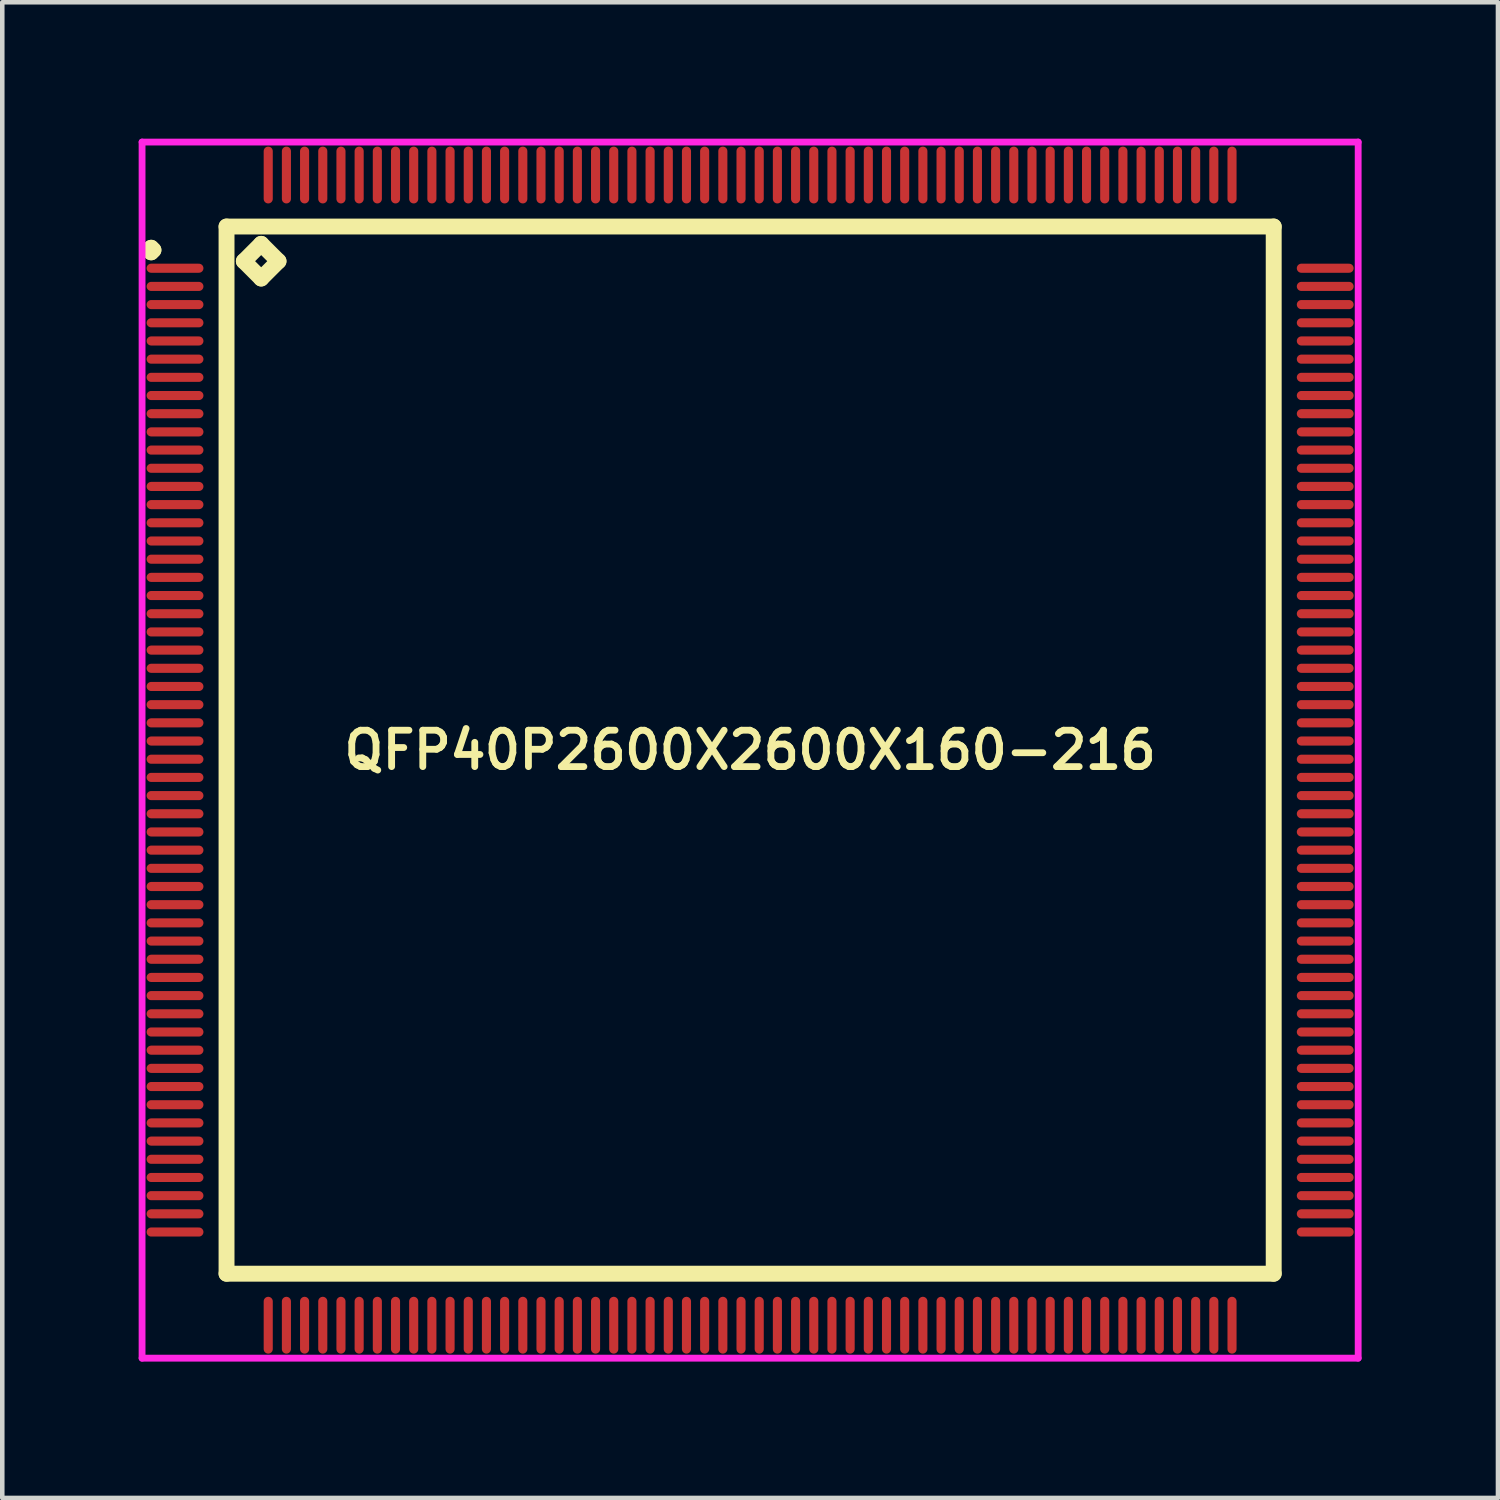
<source format=kicad_pcb>
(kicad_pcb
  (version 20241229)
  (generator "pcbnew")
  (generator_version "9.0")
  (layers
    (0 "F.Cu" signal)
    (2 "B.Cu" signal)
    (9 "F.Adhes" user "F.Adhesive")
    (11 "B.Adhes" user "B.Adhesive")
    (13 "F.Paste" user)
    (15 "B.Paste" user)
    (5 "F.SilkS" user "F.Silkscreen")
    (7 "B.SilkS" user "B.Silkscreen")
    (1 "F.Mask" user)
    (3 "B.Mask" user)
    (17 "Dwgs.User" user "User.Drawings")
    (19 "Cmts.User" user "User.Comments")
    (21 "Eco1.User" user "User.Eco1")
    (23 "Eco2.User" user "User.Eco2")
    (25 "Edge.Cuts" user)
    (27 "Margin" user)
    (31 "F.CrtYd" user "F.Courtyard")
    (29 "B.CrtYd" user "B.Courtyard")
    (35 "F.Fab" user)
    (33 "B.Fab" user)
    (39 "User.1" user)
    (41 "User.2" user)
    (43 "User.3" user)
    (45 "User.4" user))
  (footprint "QFP40P2600X2600X160-216"
    (layer "F.Cu")
    (at 13.45 13.45)
    (property "Reference" "QFP40P2600X2600X160-216" (at 0 0 0) (layer "F.SilkS") (effects (font (size 0.8 0.8) (thickness 0.15))))
    (attr smd)
    (fp_line (start -13.225 -11) (end -13.175 -11.05) (stroke (width 0.35) (type solid)) (layer "F.SilkS"))
    (fp_line (start -13.175 -11.05) (end -13.125 -11) (stroke (width 0.35) (type solid)) (layer "F.SilkS"))
    (fp_line (start -13.175 -10.95) (end -13.225 -11) (stroke (width 0.35) (type solid)) (layer "F.SilkS"))
    (fp_line (start -13.125 -11) (end -13.175 -10.95) (stroke (width 0.35) (type solid)) (layer "F.SilkS"))
    (fp_line (start -11.517 -11.517) (end -11.517 11.517) (stroke (width 0.35) (type solid)) (layer "F.SilkS"))
    (fp_line (start -11.517 11.517) (end 11.517 11.517) (stroke (width 0.35) (type solid)) (layer "F.SilkS"))
    (fp_line (start -11.136 -10.755) (end -10.755 -11.136) (stroke (width 0.35) (type solid)) (layer "F.SilkS"))
    (fp_line (start -10.755 -11.136) (end -10.374 -10.755) (stroke (width 0.35) (type solid)) (layer "F.SilkS"))
    (fp_line (start -10.755 -10.374) (end -11.136 -10.755) (stroke (width 0.35) (type solid)) (layer "F.SilkS"))
    (fp_line (start -10.374 -10.755) (end -10.755 -10.374) (stroke (width 0.35) (type solid)) (layer "F.SilkS"))
    (fp_line (start 11.517 -11.517) (end -11.517 -11.517) (stroke (width 0.35) (type solid)) (layer "F.SilkS"))
    (fp_line (start 11.517 11.517) (end 11.517 -11.517) (stroke (width 0.35) (type solid)) (layer "F.SilkS"))
    (fp_line (start -13.375 -13.375) (end 13.375 -13.375) (stroke (width 0.15) (type solid)) (layer "F.CrtYd"))
    (fp_line (start -13.375 13.375) (end -13.375 -13.375) (stroke (width 0.15) (type solid)) (layer "F.CrtYd"))
    (fp_line (start 13.375 -13.375) (end 13.375 13.375) (stroke (width 0.15) (type solid)) (layer "F.CrtYd"))
    (fp_line (start 13.375 13.375) (end -13.375 13.375) (stroke (width 0.15) (type solid)) (layer "F.CrtYd"))
    (pad "1" smd oval (at -12.65 -10.6) (size 1.25 0.2) (layers "F.Cu" "F.Mask" "F.Paste"))
    (pad "2" smd oval (at -12.65 -10.2) (size 1.25 0.2) (layers "F.Cu" "F.Mask" "F.Paste"))
    (pad "3" smd oval (at -12.65 -9.8) (size 1.25 0.2) (layers "F.Cu" "F.Mask" "F.Paste"))
    (pad "4" smd oval (at -12.65 -9.4) (size 1.25 0.2) (layers "F.Cu" "F.Mask" "F.Paste"))
    (pad "5" smd oval (at -12.65 -9) (size 1.25 0.2) (layers "F.Cu" "F.Mask" "F.Paste"))
    (pad "6" smd oval (at -12.65 -8.6) (size 1.25 0.2) (layers "F.Cu" "F.Mask" "F.Paste"))
    (pad "7" smd oval (at -12.65 -8.2) (size 1.25 0.2) (layers "F.Cu" "F.Mask" "F.Paste"))
    (pad "8" smd oval (at -12.65 -7.8) (size 1.25 0.2) (layers "F.Cu" "F.Mask" "F.Paste"))
    (pad "9" smd oval (at -12.65 -7.4) (size 1.25 0.2) (layers "F.Cu" "F.Mask" "F.Paste"))
    (pad "10" smd oval (at -12.65 -7) (size 1.25 0.2) (layers "F.Cu" "F.Mask" "F.Paste"))
    (pad "11" smd oval (at -12.65 -6.6) (size 1.25 0.2) (layers "F.Cu" "F.Mask" "F.Paste"))
    (pad "12" smd oval (at -12.65 -6.2) (size 1.25 0.2) (layers "F.Cu" "F.Mask" "F.Paste"))
    (pad "13" smd oval (at -12.65 -5.8) (size 1.25 0.2) (layers "F.Cu" "F.Mask" "F.Paste"))
    (pad "14" smd oval (at -12.65 -5.4) (size 1.25 0.2) (layers "F.Cu" "F.Mask" "F.Paste"))
    (pad "15" smd oval (at -12.65 -5) (size 1.25 0.2) (layers "F.Cu" "F.Mask" "F.Paste"))
    (pad "16" smd oval (at -12.65 -4.6) (size 1.25 0.2) (layers "F.Cu" "F.Mask" "F.Paste"))
    (pad "17" smd oval (at -12.65 -4.2) (size 1.25 0.2) (layers "F.Cu" "F.Mask" "F.Paste"))
    (pad "18" smd oval (at -12.65 -3.8) (size 1.25 0.2) (layers "F.Cu" "F.Mask" "F.Paste"))
    (pad "19" smd oval (at -12.65 -3.4) (size 1.25 0.2) (layers "F.Cu" "F.Mask" "F.Paste"))
    (pad "20" smd oval (at -12.65 -3) (size 1.25 0.2) (layers "F.Cu" "F.Mask" "F.Paste"))
    (pad "21" smd oval (at -12.65 -2.6) (size 1.25 0.2) (layers "F.Cu" "F.Mask" "F.Paste"))
    (pad "22" smd oval (at -12.65 -2.2) (size 1.25 0.2) (layers "F.Cu" "F.Mask" "F.Paste"))
    (pad "23" smd oval (at -12.65 -1.8) (size 1.25 0.2) (layers "F.Cu" "F.Mask" "F.Paste"))
    (pad "24" smd oval (at -12.65 -1.4) (size 1.25 0.2) (layers "F.Cu" "F.Mask" "F.Paste"))
    (pad "25" smd oval (at -12.65 -1) (size 1.25 0.2) (layers "F.Cu" "F.Mask" "F.Paste"))
    (pad "26" smd oval (at -12.65 -0.6) (size 1.25 0.2) (layers "F.Cu" "F.Mask" "F.Paste"))
    (pad "27" smd oval (at -12.65 -0.2) (size 1.25 0.2) (layers "F.Cu" "F.Mask" "F.Paste"))
    (pad "28" smd oval (at -12.65 0.2) (size 1.25 0.2) (layers "F.Cu" "F.Mask" "F.Paste"))
    (pad "29" smd oval (at -12.65 0.6) (size 1.25 0.2) (layers "F.Cu" "F.Mask" "F.Paste"))
    (pad "30" smd oval (at -12.65 1) (size 1.25 0.2) (layers "F.Cu" "F.Mask" "F.Paste"))
    (pad "31" smd oval (at -12.65 1.4) (size 1.25 0.2) (layers "F.Cu" "F.Mask" "F.Paste"))
    (pad "32" smd oval (at -12.65 1.8) (size 1.25 0.2) (layers "F.Cu" "F.Mask" "F.Paste"))
    (pad "33" smd oval (at -12.65 2.2) (size 1.25 0.2) (layers "F.Cu" "F.Mask" "F.Paste"))
    (pad "34" smd oval (at -12.65 2.6) (size 1.25 0.2) (layers "F.Cu" "F.Mask" "F.Paste"))
    (pad "35" smd oval (at -12.65 3) (size 1.25 0.2) (layers "F.Cu" "F.Mask" "F.Paste"))
    (pad "36" smd oval (at -12.65 3.4) (size 1.25 0.2) (layers "F.Cu" "F.Mask" "F.Paste"))
    (pad "37" smd oval (at -12.65 3.8) (size 1.25 0.2) (layers "F.Cu" "F.Mask" "F.Paste"))
    (pad "38" smd oval (at -12.65 4.2) (size 1.25 0.2) (layers "F.Cu" "F.Mask" "F.Paste"))
    (pad "39" smd oval (at -12.65 4.6) (size 1.25 0.2) (layers "F.Cu" "F.Mask" "F.Paste"))
    (pad "40" smd oval (at -12.65 5) (size 1.25 0.2) (layers "F.Cu" "F.Mask" "F.Paste"))
    (pad "41" smd oval (at -12.65 5.4) (size 1.25 0.2) (layers "F.Cu" "F.Mask" "F.Paste"))
    (pad "42" smd oval (at -12.65 5.8) (size 1.25 0.2) (layers "F.Cu" "F.Mask" "F.Paste"))
    (pad "43" smd oval (at -12.65 6.2) (size 1.25 0.2) (layers "F.Cu" "F.Mask" "F.Paste"))
    (pad "44" smd oval (at -12.65 6.6) (size 1.25 0.2) (layers "F.Cu" "F.Mask" "F.Paste"))
    (pad "45" smd oval (at -12.65 7) (size 1.25 0.2) (layers "F.Cu" "F.Mask" "F.Paste"))
    (pad "46" smd oval (at -12.65 7.4) (size 1.25 0.2) (layers "F.Cu" "F.Mask" "F.Paste"))
    (pad "47" smd oval (at -12.65 7.8) (size 1.25 0.2) (layers "F.Cu" "F.Mask" "F.Paste"))
    (pad "48" smd oval (at -12.65 8.2) (size 1.25 0.2) (layers "F.Cu" "F.Mask" "F.Paste"))
    (pad "49" smd oval (at -12.65 8.6) (size 1.25 0.2) (layers "F.Cu" "F.Mask" "F.Paste"))
    (pad "50" smd oval (at -12.65 9) (size 1.25 0.2) (layers "F.Cu" "F.Mask" "F.Paste"))
    (pad "51" smd oval (at -12.65 9.4) (size 1.25 0.2) (layers "F.Cu" "F.Mask" "F.Paste"))
    (pad "52" smd oval (at -12.65 9.8) (size 1.25 0.2) (layers "F.Cu" "F.Mask" "F.Paste"))
    (pad "53" smd oval (at -12.65 10.2) (size 1.25 0.2) (layers "F.Cu" "F.Mask" "F.Paste"))
    (pad "54" smd oval (at -12.65 10.6) (size 1.25 0.2) (layers "F.Cu" "F.Mask" "F.Paste"))
    (pad "55" smd oval (at -10.6 12.65) (size 0.2 1.25) (layers "F.Cu" "F.Mask" "F.Paste"))
    (pad "56" smd oval (at -10.2 12.65) (size 0.2 1.25) (layers "F.Cu" "F.Mask" "F.Paste"))
    (pad "57" smd oval (at -9.8 12.65) (size 0.2 1.25) (layers "F.Cu" "F.Mask" "F.Paste"))
    (pad "58" smd oval (at -9.4 12.65) (size 0.2 1.25) (layers "F.Cu" "F.Mask" "F.Paste"))
    (pad "59" smd oval (at -9 12.65) (size 0.2 1.25) (layers "F.Cu" "F.Mask" "F.Paste"))
    (pad "60" smd oval (at -8.6 12.65) (size 0.2 1.25) (layers "F.Cu" "F.Mask" "F.Paste"))
    (pad "61" smd oval (at -8.2 12.65) (size 0.2 1.25) (layers "F.Cu" "F.Mask" "F.Paste"))
    (pad "62" smd oval (at -7.8 12.65) (size 0.2 1.25) (layers "F.Cu" "F.Mask" "F.Paste"))
    (pad "63" smd oval (at -7.4 12.65) (size 0.2 1.25) (layers "F.Cu" "F.Mask" "F.Paste"))
    (pad "64" smd oval (at -7 12.65) (size 0.2 1.25) (layers "F.Cu" "F.Mask" "F.Paste"))
    (pad "65" smd oval (at -6.6 12.65) (size 0.2 1.25) (layers "F.Cu" "F.Mask" "F.Paste"))
    (pad "66" smd oval (at -6.2 12.65) (size 0.2 1.25) (layers "F.Cu" "F.Mask" "F.Paste"))
    (pad "67" smd oval (at -5.8 12.65) (size 0.2 1.25) (layers "F.Cu" "F.Mask" "F.Paste"))
    (pad "68" smd oval (at -5.4 12.65) (size 0.2 1.25) (layers "F.Cu" "F.Mask" "F.Paste"))
    (pad "69" smd oval (at -5 12.65) (size 0.2 1.25) (layers "F.Cu" "F.Mask" "F.Paste"))
    (pad "70" smd oval (at -4.6 12.65) (size 0.2 1.25) (layers "F.Cu" "F.Mask" "F.Paste"))
    (pad "71" smd oval (at -4.2 12.65) (size 0.2 1.25) (layers "F.Cu" "F.Mask" "F.Paste"))
    (pad "72" smd oval (at -3.8 12.65) (size 0.2 1.25) (layers "F.Cu" "F.Mask" "F.Paste"))
    (pad "73" smd oval (at -3.4 12.65) (size 0.2 1.25) (layers "F.Cu" "F.Mask" "F.Paste"))
    (pad "74" smd oval (at -3 12.65) (size 0.2 1.25) (layers "F.Cu" "F.Mask" "F.Paste"))
    (pad "75" smd oval (at -2.6 12.65) (size 0.2 1.25) (layers "F.Cu" "F.Mask" "F.Paste"))
    (pad "76" smd oval (at -2.2 12.65) (size 0.2 1.25) (layers "F.Cu" "F.Mask" "F.Paste"))
    (pad "77" smd oval (at -1.8 12.65) (size 0.2 1.25) (layers "F.Cu" "F.Mask" "F.Paste"))
    (pad "78" smd oval (at -1.4 12.65) (size 0.2 1.25) (layers "F.Cu" "F.Mask" "F.Paste"))
    (pad "79" smd oval (at -1 12.65) (size 0.2 1.25) (layers "F.Cu" "F.Mask" "F.Paste"))
    (pad "80" smd oval (at -0.6 12.65) (size 0.2 1.25) (layers "F.Cu" "F.Mask" "F.Paste"))
    (pad "81" smd oval (at -0.2 12.65) (size 0.2 1.25) (layers "F.Cu" "F.Mask" "F.Paste"))
    (pad "82" smd oval (at 0.2 12.65) (size 0.2 1.25) (layers "F.Cu" "F.Mask" "F.Paste"))
    (pad "83" smd oval (at 0.6 12.65) (size 0.2 1.25) (layers "F.Cu" "F.Mask" "F.Paste"))
    (pad "84" smd oval (at 1 12.65) (size 0.2 1.25) (layers "F.Cu" "F.Mask" "F.Paste"))
    (pad "85" smd oval (at 1.4 12.65) (size 0.2 1.25) (layers "F.Cu" "F.Mask" "F.Paste"))
    (pad "86" smd oval (at 1.8 12.65) (size 0.2 1.25) (layers "F.Cu" "F.Mask" "F.Paste"))
    (pad "87" smd oval (at 2.2 12.65) (size 0.2 1.25) (layers "F.Cu" "F.Mask" "F.Paste"))
    (pad "88" smd oval (at 2.6 12.65) (size 0.2 1.25) (layers "F.Cu" "F.Mask" "F.Paste"))
    (pad "89" smd oval (at 3 12.65) (size 0.2 1.25) (layers "F.Cu" "F.Mask" "F.Paste"))
    (pad "90" smd oval (at 3.4 12.65) (size 0.2 1.25) (layers "F.Cu" "F.Mask" "F.Paste"))
    (pad "91" smd oval (at 3.8 12.65) (size 0.2 1.25) (layers "F.Cu" "F.Mask" "F.Paste"))
    (pad "92" smd oval (at 4.2 12.65) (size 0.2 1.25) (layers "F.Cu" "F.Mask" "F.Paste"))
    (pad "93" smd oval (at 4.6 12.65) (size 0.2 1.25) (layers "F.Cu" "F.Mask" "F.Paste"))
    (pad "94" smd oval (at 5 12.65) (size 0.2 1.25) (layers "F.Cu" "F.Mask" "F.Paste"))
    (pad "95" smd oval (at 5.4 12.65) (size 0.2 1.25) (layers "F.Cu" "F.Mask" "F.Paste"))
    (pad "96" smd oval (at 5.8 12.65) (size 0.2 1.25) (layers "F.Cu" "F.Mask" "F.Paste"))
    (pad "97" smd oval (at 6.2 12.65) (size 0.2 1.25) (layers "F.Cu" "F.Mask" "F.Paste"))
    (pad "98" smd oval (at 6.6 12.65) (size 0.2 1.25) (layers "F.Cu" "F.Mask" "F.Paste"))
    (pad "99" smd oval (at 7 12.65) (size 0.2 1.25) (layers "F.Cu" "F.Mask" "F.Paste"))
    (pad "100" smd oval (at 7.4 12.65) (size 0.2 1.25) (layers "F.Cu" "F.Mask" "F.Paste"))
    (pad "101" smd oval (at 7.8 12.65) (size 0.2 1.25) (layers "F.Cu" "F.Mask" "F.Paste"))
    (pad "102" smd oval (at 8.2 12.65) (size 0.2 1.25) (layers "F.Cu" "F.Mask" "F.Paste"))
    (pad "103" smd oval (at 8.6 12.65) (size 0.2 1.25) (layers "F.Cu" "F.Mask" "F.Paste"))
    (pad "104" smd oval (at 9 12.65) (size 0.2 1.25) (layers "F.Cu" "F.Mask" "F.Paste"))
    (pad "105" smd oval (at 9.4 12.65) (size 0.2 1.25) (layers "F.Cu" "F.Mask" "F.Paste"))
    (pad "106" smd oval (at 9.8 12.65) (size 0.2 1.25) (layers "F.Cu" "F.Mask" "F.Paste"))
    (pad "107" smd oval (at 10.2 12.65) (size 0.2 1.25) (layers "F.Cu" "F.Mask" "F.Paste"))
    (pad "108" smd oval (at 10.6 12.65) (size 0.2 1.25) (layers "F.Cu" "F.Mask" "F.Paste"))
    (pad "109" smd oval (at 12.65 10.6) (size 1.25 0.2) (layers "F.Cu" "F.Mask" "F.Paste"))
    (pad "110" smd oval (at 12.65 10.2) (size 1.25 0.2) (layers "F.Cu" "F.Mask" "F.Paste"))
    (pad "111" smd oval (at 12.65 9.8) (size 1.25 0.2) (layers "F.Cu" "F.Mask" "F.Paste"))
    (pad "112" smd oval (at 12.65 9.4) (size 1.25 0.2) (layers "F.Cu" "F.Mask" "F.Paste"))
    (pad "113" smd oval (at 12.65 9) (size 1.25 0.2) (layers "F.Cu" "F.Mask" "F.Paste"))
    (pad "114" smd oval (at 12.65 8.6) (size 1.25 0.2) (layers "F.Cu" "F.Mask" "F.Paste"))
    (pad "115" smd oval (at 12.65 8.2) (size 1.25 0.2) (layers "F.Cu" "F.Mask" "F.Paste"))
    (pad "116" smd oval (at 12.65 7.8) (size 1.25 0.2) (layers "F.Cu" "F.Mask" "F.Paste"))
    (pad "117" smd oval (at 12.65 7.4) (size 1.25 0.2) (layers "F.Cu" "F.Mask" "F.Paste"))
    (pad "118" smd oval (at 12.65 7) (size 1.25 0.2) (layers "F.Cu" "F.Mask" "F.Paste"))
    (pad "119" smd oval (at 12.65 6.6) (size 1.25 0.2) (layers "F.Cu" "F.Mask" "F.Paste"))
    (pad "120" smd oval (at 12.65 6.2) (size 1.25 0.2) (layers "F.Cu" "F.Mask" "F.Paste"))
    (pad "121" smd oval (at 12.65 5.8) (size 1.25 0.2) (layers "F.Cu" "F.Mask" "F.Paste"))
    (pad "122" smd oval (at 12.65 5.4) (size 1.25 0.2) (layers "F.Cu" "F.Mask" "F.Paste"))
    (pad "123" smd oval (at 12.65 5) (size 1.25 0.2) (layers "F.Cu" "F.Mask" "F.Paste"))
    (pad "124" smd oval (at 12.65 4.6) (size 1.25 0.2) (layers "F.Cu" "F.Mask" "F.Paste"))
    (pad "125" smd oval (at 12.65 4.2) (size 1.25 0.2) (layers "F.Cu" "F.Mask" "F.Paste"))
    (pad "126" smd oval (at 12.65 3.8) (size 1.25 0.2) (layers "F.Cu" "F.Mask" "F.Paste"))
    (pad "127" smd oval (at 12.65 3.4) (size 1.25 0.2) (layers "F.Cu" "F.Mask" "F.Paste"))
    (pad "128" smd oval (at 12.65 3) (size 1.25 0.2) (layers "F.Cu" "F.Mask" "F.Paste"))
    (pad "129" smd oval (at 12.65 2.6) (size 1.25 0.2) (layers "F.Cu" "F.Mask" "F.Paste"))
    (pad "130" smd oval (at 12.65 2.2) (size 1.25 0.2) (layers "F.Cu" "F.Mask" "F.Paste"))
    (pad "131" smd oval (at 12.65 1.8) (size 1.25 0.2) (layers "F.Cu" "F.Mask" "F.Paste"))
    (pad "132" smd oval (at 12.65 1.4) (size 1.25 0.2) (layers "F.Cu" "F.Mask" "F.Paste"))
    (pad "133" smd oval (at 12.65 1) (size 1.25 0.2) (layers "F.Cu" "F.Mask" "F.Paste"))
    (pad "134" smd oval (at 12.65 0.6) (size 1.25 0.2) (layers "F.Cu" "F.Mask" "F.Paste"))
    (pad "135" smd oval (at 12.65 0.2) (size 1.25 0.2) (layers "F.Cu" "F.Mask" "F.Paste"))
    (pad "136" smd oval (at 12.65 -0.2) (size 1.25 0.2) (layers "F.Cu" "F.Mask" "F.Paste"))
    (pad "137" smd oval (at 12.65 -0.6) (size 1.25 0.2) (layers "F.Cu" "F.Mask" "F.Paste"))
    (pad "138" smd oval (at 12.65 -1) (size 1.25 0.2) (layers "F.Cu" "F.Mask" "F.Paste"))
    (pad "139" smd oval (at 12.65 -1.4) (size 1.25 0.2) (layers "F.Cu" "F.Mask" "F.Paste"))
    (pad "140" smd oval (at 12.65 -1.8) (size 1.25 0.2) (layers "F.Cu" "F.Mask" "F.Paste"))
    (pad "141" smd oval (at 12.65 -2.2) (size 1.25 0.2) (layers "F.Cu" "F.Mask" "F.Paste"))
    (pad "142" smd oval (at 12.65 -2.6) (size 1.25 0.2) (layers "F.Cu" "F.Mask" "F.Paste"))
    (pad "143" smd oval (at 12.65 -3) (size 1.25 0.2) (layers "F.Cu" "F.Mask" "F.Paste"))
    (pad "144" smd oval (at 12.65 -3.4) (size 1.25 0.2) (layers "F.Cu" "F.Mask" "F.Paste"))
    (pad "145" smd oval (at 12.65 -3.8) (size 1.25 0.2) (layers "F.Cu" "F.Mask" "F.Paste"))
    (pad "146" smd oval (at 12.65 -4.2) (size 1.25 0.2) (layers "F.Cu" "F.Mask" "F.Paste"))
    (pad "147" smd oval (at 12.65 -4.6) (size 1.25 0.2) (layers "F.Cu" "F.Mask" "F.Paste"))
    (pad "148" smd oval (at 12.65 -5) (size 1.25 0.2) (layers "F.Cu" "F.Mask" "F.Paste"))
    (pad "149" smd oval (at 12.65 -5.4) (size 1.25 0.2) (layers "F.Cu" "F.Mask" "F.Paste"))
    (pad "150" smd oval (at 12.65 -5.8) (size 1.25 0.2) (layers "F.Cu" "F.Mask" "F.Paste"))
    (pad "151" smd oval (at 12.65 -6.2) (size 1.25 0.2) (layers "F.Cu" "F.Mask" "F.Paste"))
    (pad "152" smd oval (at 12.65 -6.6) (size 1.25 0.2) (layers "F.Cu" "F.Mask" "F.Paste"))
    (pad "153" smd oval (at 12.65 -7) (size 1.25 0.2) (layers "F.Cu" "F.Mask" "F.Paste"))
    (pad "154" smd oval (at 12.65 -7.4) (size 1.25 0.2) (layers "F.Cu" "F.Mask" "F.Paste"))
    (pad "155" smd oval (at 12.65 -7.8) (size 1.25 0.2) (layers "F.Cu" "F.Mask" "F.Paste"))
    (pad "156" smd oval (at 12.65 -8.2) (size 1.25 0.2) (layers "F.Cu" "F.Mask" "F.Paste"))
    (pad "157" smd oval (at 12.65 -8.6) (size 1.25 0.2) (layers "F.Cu" "F.Mask" "F.Paste"))
    (pad "158" smd oval (at 12.65 -9) (size 1.25 0.2) (layers "F.Cu" "F.Mask" "F.Paste"))
    (pad "159" smd oval (at 12.65 -9.4) (size 1.25 0.2) (layers "F.Cu" "F.Mask" "F.Paste"))
    (pad "160" smd oval (at 12.65 -9.8) (size 1.25 0.2) (layers "F.Cu" "F.Mask" "F.Paste"))
    (pad "161" smd oval (at 12.65 -10.2) (size 1.25 0.2) (layers "F.Cu" "F.Mask" "F.Paste"))
    (pad "162" smd oval (at 12.65 -10.6) (size 1.25 0.2) (layers "F.Cu" "F.Mask" "F.Paste"))
    (pad "163" smd oval (at 10.6 -12.65) (size 0.2 1.25) (layers "F.Cu" "F.Mask" "F.Paste"))
    (pad "164" smd oval (at 10.2 -12.65) (size 0.2 1.25) (layers "F.Cu" "F.Mask" "F.Paste"))
    (pad "165" smd oval (at 9.8 -12.65) (size 0.2 1.25) (layers "F.Cu" "F.Mask" "F.Paste"))
    (pad "166" smd oval (at 9.4 -12.65) (size 0.2 1.25) (layers "F.Cu" "F.Mask" "F.Paste"))
    (pad "167" smd oval (at 9 -12.65) (size 0.2 1.25) (layers "F.Cu" "F.Mask" "F.Paste"))
    (pad "168" smd oval (at 8.6 -12.65) (size 0.2 1.25) (layers "F.Cu" "F.Mask" "F.Paste"))
    (pad "169" smd oval (at 8.2 -12.65) (size 0.2 1.25) (layers "F.Cu" "F.Mask" "F.Paste"))
    (pad "170" smd oval (at 7.8 -12.65) (size 0.2 1.25) (layers "F.Cu" "F.Mask" "F.Paste"))
    (pad "171" smd oval (at 7.4 -12.65) (size 0.2 1.25) (layers "F.Cu" "F.Mask" "F.Paste"))
    (pad "172" smd oval (at 7 -12.65) (size 0.2 1.25) (layers "F.Cu" "F.Mask" "F.Paste"))
    (pad "173" smd oval (at 6.6 -12.65) (size 0.2 1.25) (layers "F.Cu" "F.Mask" "F.Paste"))
    (pad "174" smd oval (at 6.2 -12.65) (size 0.2 1.25) (layers "F.Cu" "F.Mask" "F.Paste"))
    (pad "175" smd oval (at 5.8 -12.65) (size 0.2 1.25) (layers "F.Cu" "F.Mask" "F.Paste"))
    (pad "176" smd oval (at 5.4 -12.65) (size 0.2 1.25) (layers "F.Cu" "F.Mask" "F.Paste"))
    (pad "177" smd oval (at 5 -12.65) (size 0.2 1.25) (layers "F.Cu" "F.Mask" "F.Paste"))
    (pad "178" smd oval (at 4.6 -12.65) (size 0.2 1.25) (layers "F.Cu" "F.Mask" "F.Paste"))
    (pad "179" smd oval (at 4.2 -12.65) (size 0.2 1.25) (layers "F.Cu" "F.Mask" "F.Paste"))
    (pad "180" smd oval (at 3.8 -12.65) (size 0.2 1.25) (layers "F.Cu" "F.Mask" "F.Paste"))
    (pad "181" smd oval (at 3.4 -12.65) (size 0.2 1.25) (layers "F.Cu" "F.Mask" "F.Paste"))
    (pad "182" smd oval (at 3 -12.65) (size 0.2 1.25) (layers "F.Cu" "F.Mask" "F.Paste"))
    (pad "183" smd oval (at 2.6 -12.65) (size 0.2 1.25) (layers "F.Cu" "F.Mask" "F.Paste"))
    (pad "184" smd oval (at 2.2 -12.65) (size 0.2 1.25) (layers "F.Cu" "F.Mask" "F.Paste"))
    (pad "185" smd oval (at 1.8 -12.65) (size 0.2 1.25) (layers "F.Cu" "F.Mask" "F.Paste"))
    (pad "186" smd oval (at 1.4 -12.65) (size 0.2 1.25) (layers "F.Cu" "F.Mask" "F.Paste"))
    (pad "187" smd oval (at 1 -12.65) (size 0.2 1.25) (layers "F.Cu" "F.Mask" "F.Paste"))
    (pad "188" smd oval (at 0.6 -12.65) (size 0.2 1.25) (layers "F.Cu" "F.Mask" "F.Paste"))
    (pad "189" smd oval (at 0.2 -12.65) (size 0.2 1.25) (layers "F.Cu" "F.Mask" "F.Paste"))
    (pad "190" smd oval (at -0.2 -12.65) (size 0.2 1.25) (layers "F.Cu" "F.Mask" "F.Paste"))
    (pad "191" smd oval (at -0.6 -12.65) (size 0.2 1.25) (layers "F.Cu" "F.Mask" "F.Paste"))
    (pad "192" smd oval (at -1 -12.65) (size 0.2 1.25) (layers "F.Cu" "F.Mask" "F.Paste"))
    (pad "193" smd oval (at -1.4 -12.65) (size 0.2 1.25) (layers "F.Cu" "F.Mask" "F.Paste"))
    (pad "194" smd oval (at -1.8 -12.65) (size 0.2 1.25) (layers "F.Cu" "F.Mask" "F.Paste"))
    (pad "195" smd oval (at -2.2 -12.65) (size 0.2 1.25) (layers "F.Cu" "F.Mask" "F.Paste"))
    (pad "196" smd oval (at -2.6 -12.65) (size 0.2 1.25) (layers "F.Cu" "F.Mask" "F.Paste"))
    (pad "197" smd oval (at -3 -12.65) (size 0.2 1.25) (layers "F.Cu" "F.Mask" "F.Paste"))
    (pad "198" smd oval (at -3.4 -12.65) (size 0.2 1.25) (layers "F.Cu" "F.Mask" "F.Paste"))
    (pad "199" smd oval (at -3.8 -12.65) (size 0.2 1.25) (layers "F.Cu" "F.Mask" "F.Paste"))
    (pad "200" smd oval (at -4.2 -12.65) (size 0.2 1.25) (layers "F.Cu" "F.Mask" "F.Paste"))
    (pad "201" smd oval (at -4.6 -12.65) (size 0.2 1.25) (layers "F.Cu" "F.Mask" "F.Paste"))
    (pad "202" smd oval (at -5 -12.65) (size 0.2 1.25) (layers "F.Cu" "F.Mask" "F.Paste"))
    (pad "203" smd oval (at -5.4 -12.65) (size 0.2 1.25) (layers "F.Cu" "F.Mask" "F.Paste"))
    (pad "204" smd oval (at -5.8 -12.65) (size 0.2 1.25) (layers "F.Cu" "F.Mask" "F.Paste"))
    (pad "205" smd oval (at -6.2 -12.65) (size 0.2 1.25) (layers "F.Cu" "F.Mask" "F.Paste"))
    (pad "206" smd oval (at -6.6 -12.65) (size 0.2 1.25) (layers "F.Cu" "F.Mask" "F.Paste"))
    (pad "207" smd oval (at -7 -12.65) (size 0.2 1.25) (layers "F.Cu" "F.Mask" "F.Paste"))
    (pad "208" smd oval (at -7.4 -12.65) (size 0.2 1.25) (layers "F.Cu" "F.Mask" "F.Paste"))
    (pad "209" smd oval (at -7.8 -12.65) (size 0.2 1.25) (layers "F.Cu" "F.Mask" "F.Paste"))
    (pad "210" smd oval (at -8.2 -12.65) (size 0.2 1.25) (layers "F.Cu" "F.Mask" "F.Paste"))
    (pad "211" smd oval (at -8.6 -12.65) (size 0.2 1.25) (layers "F.Cu" "F.Mask" "F.Paste"))
    (pad "212" smd oval (at -9 -12.65) (size 0.2 1.25) (layers "F.Cu" "F.Mask" "F.Paste"))
    (pad "213" smd oval (at -9.4 -12.65) (size 0.2 1.25) (layers "F.Cu" "F.Mask" "F.Paste"))
    (pad "214" smd oval (at -9.8 -12.65) (size 0.2 1.25) (layers "F.Cu" "F.Mask" "F.Paste"))
    (pad "215" smd oval (at -10.2 -12.65) (size 0.2 1.25) (layers "F.Cu" "F.Mask" "F.Paste"))
    (pad "216" smd oval (at -10.6 -12.65) (size 0.2 1.25) (layers "F.Cu" "F.Mask" "F.Paste")))
  (gr_rect
    (start -3 -3)
    (end 29.9 29.9)
    (stroke (width 0.1) (type default))
    (fill no)
    (layer "Edge.Cuts")))
</source>
